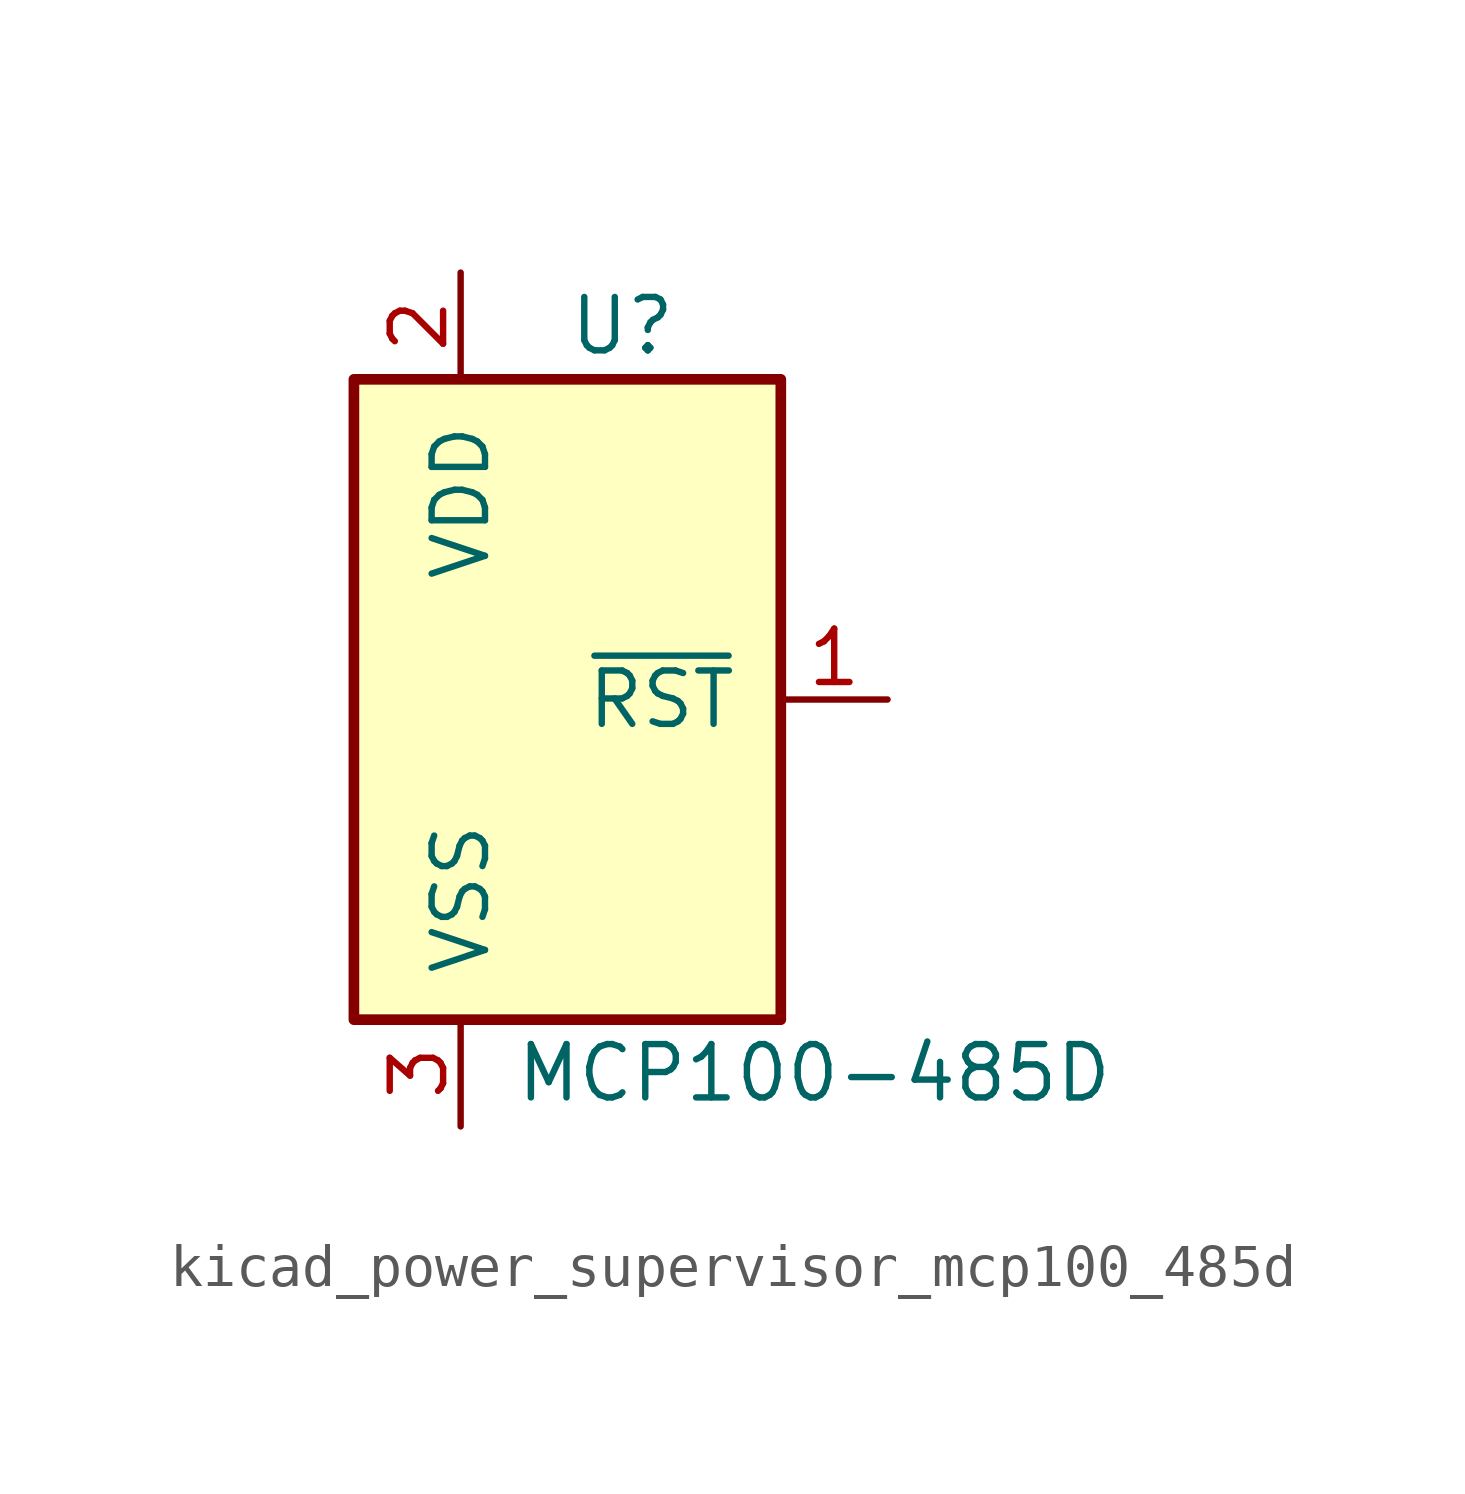
<source format=kicad_sym>
(kicad_symbol_lib
  (version 20220914)
  (generator kicad_symbol_editor)
  (symbol "kicad_power_supervisor_mcp100_485d"
    (pin_names
      (offset 1.016))
    (property "Reference" "U"
      (at 0 8.89 0)
      (effects (font (size 1.27 1.27)) (justify left)))
    (property "Value" "MCP100-485D"
      (at -1.27 -8.89 0)
      (effects (font (size 1.27 1.27)) (justify left)))
    (symbol "kicad_power_supervisor_mcp100_485d_1_1"
      (rectangle (start -5.08 7.62) (end 5.08 -7.62) (stroke (width 0.254) (type default)) (fill (type background)))
      (pin output line (at 7.62 0 180) (length 2.54) (name "~{RST}" (effects (font (size 1.27 1.27)))) (number "1" (effects (font (size 1.27 1.27)))))
      (pin power_in line (at -2.54 10.16 270) (length 2.54) (name "VDD" (effects (font (size 1.27 1.27)))) (number "2" (effects (font (size 1.27 1.27)))))
      (pin power_in line (at -2.54 -10.16 90) (length 2.54) (name "VSS" (effects (font (size 1.27 1.27)))) (number "3" (effects (font (size 1.27 1.27))))))))
</source>
